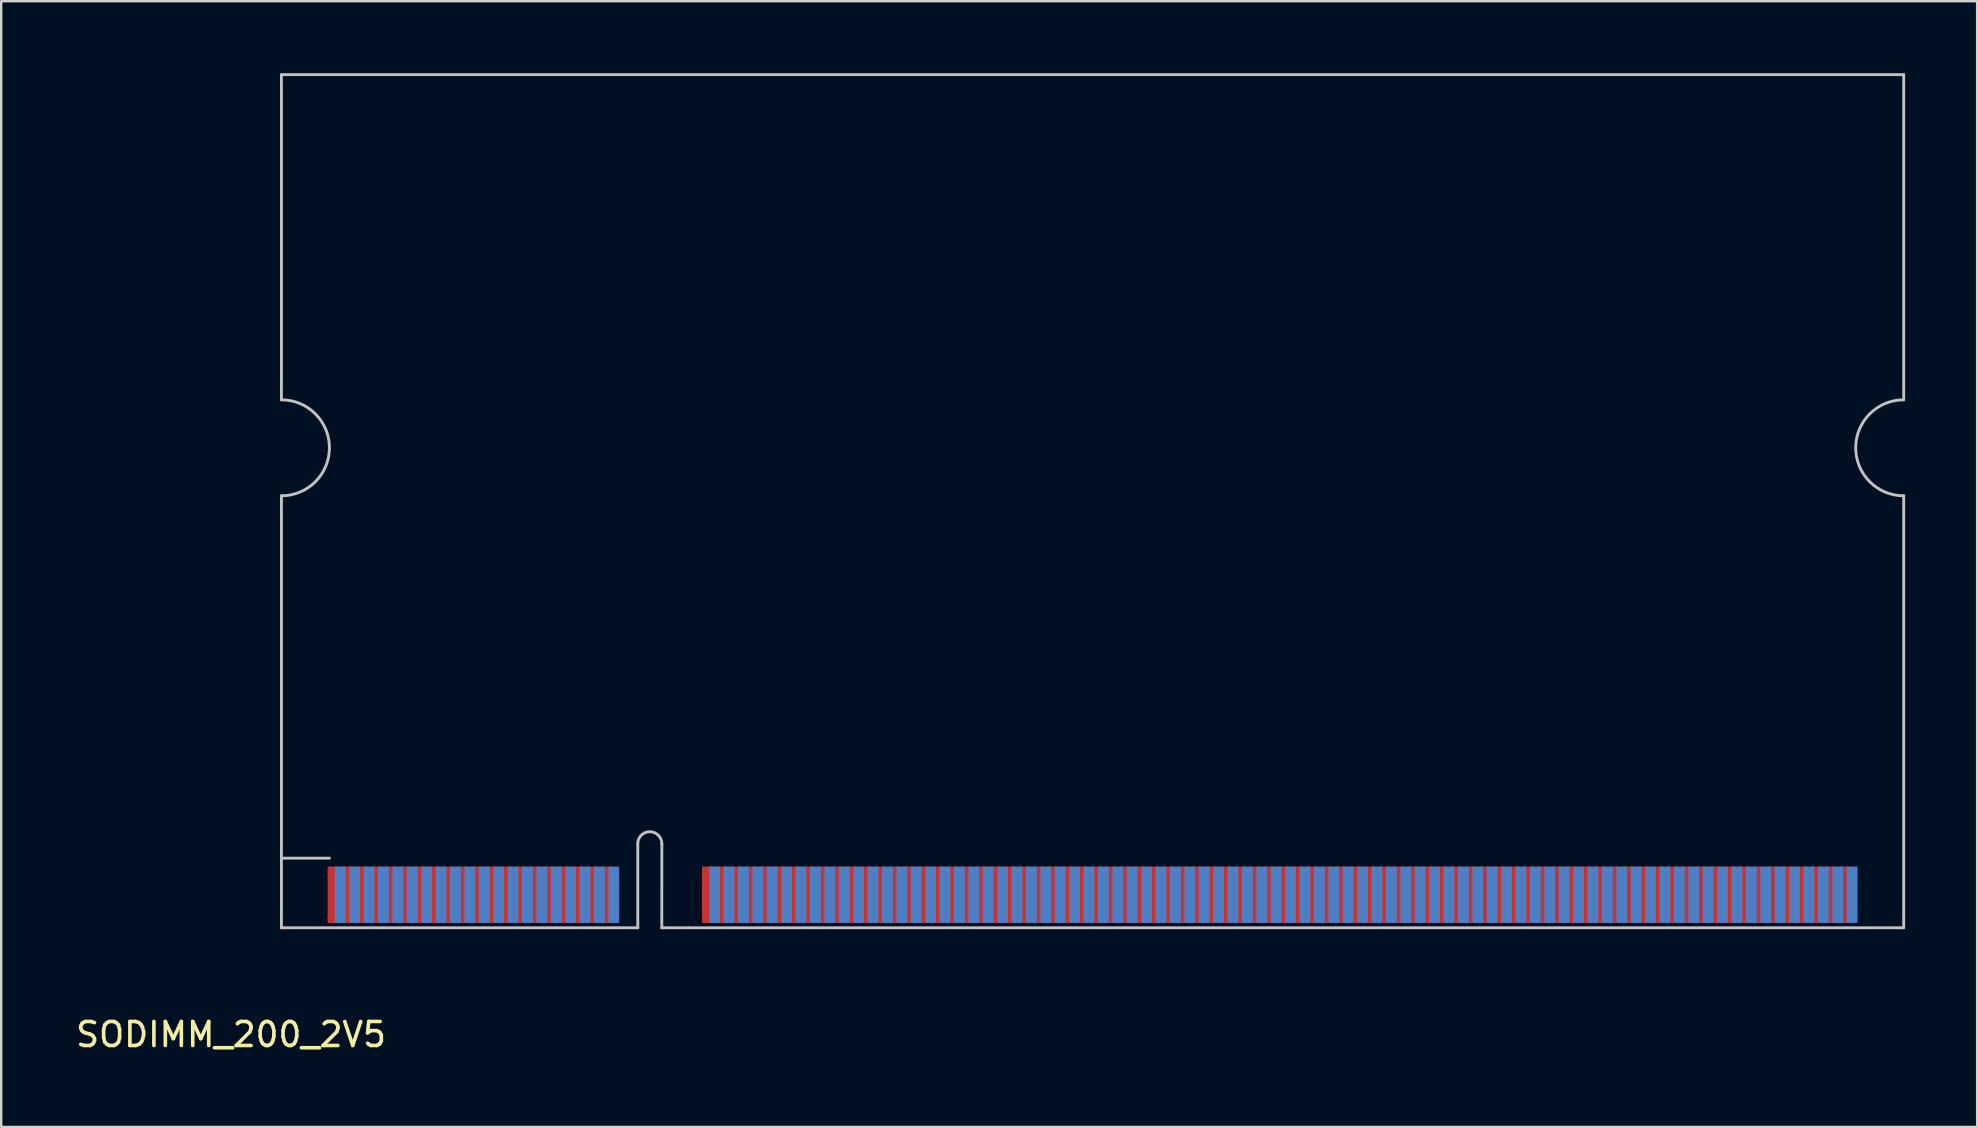
<source format=kicad_pcb>
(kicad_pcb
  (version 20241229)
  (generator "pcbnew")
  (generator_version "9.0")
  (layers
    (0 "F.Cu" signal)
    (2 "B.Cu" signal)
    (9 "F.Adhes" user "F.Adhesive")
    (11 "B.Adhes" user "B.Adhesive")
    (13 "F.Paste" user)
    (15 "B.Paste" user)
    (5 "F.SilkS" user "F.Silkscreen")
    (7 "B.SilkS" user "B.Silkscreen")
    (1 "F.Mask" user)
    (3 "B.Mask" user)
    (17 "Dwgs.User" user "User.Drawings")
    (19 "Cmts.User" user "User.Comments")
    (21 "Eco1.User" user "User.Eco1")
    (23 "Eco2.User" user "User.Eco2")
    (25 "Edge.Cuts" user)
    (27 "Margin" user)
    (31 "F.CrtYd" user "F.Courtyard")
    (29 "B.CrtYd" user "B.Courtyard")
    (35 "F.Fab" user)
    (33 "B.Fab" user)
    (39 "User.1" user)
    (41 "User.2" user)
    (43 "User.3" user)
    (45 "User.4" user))
  (footprint "SODIMM_200_2V5"
    (layer "F.Cu")
    (at 8.677 35.61)
    (property "Reference" "SODIMM_200_2V5" (at -2.1 4.45 0) (layer "F.SilkS") (effects (font (size 1 1) (thickness 0.15))))
    (attr through_hole)
    (fp_line (start 0 -22) (end 0 -35.55) (stroke (width 0.12) (type solid)) (layer "Dwgs.User"))
    (fp_line (start 0 -2.9) (end 2 -2.9) (stroke (width 0.12) (type solid)) (layer "Dwgs.User"))
    (fp_line (start 0 0) (end 0 -18) (stroke (width 0.12) (type solid)) (layer "Dwgs.User"))
    (fp_line (start 0 0) (end 14.85 0) (stroke (width 0.12) (type solid)) (layer "Dwgs.User"))
    (fp_line (start 14.85 0) (end 14.85 -3.5) (stroke (width 0.12) (type solid)) (layer "Dwgs.User"))
    (fp_line (start 15.85 0) (end 15.852 -3.5) (stroke (width 0.12) (type solid)) (layer "Dwgs.User"))
    (fp_line (start 15.85 0) (end 67.6 0) (stroke (width 0.12) (type solid)) (layer "Dwgs.User"))
    (fp_line (start 67.6 -35.55) (end 0 -35.55) (stroke (width 0.12) (type solid)) (layer "Dwgs.User"))
    (fp_line (start 67.6 -22) (end 67.6 -35.55) (stroke (width 0.12) (type solid)) (layer "Dwgs.User"))
    (fp_line (start 67.6 0) (end 67.6 -18) (stroke (width 0.12) (type solid)) (layer "Dwgs.User"))
    (fp_arc (start 0 -22) (mid 2 -20) (end 0 -18) (stroke (width 0.12) (type solid)) (layer "Dwgs.User"))
    (fp_arc (start 14.847507 -3.5) (mid 15.35 -4.002493) (end 15.852493 -3.5) (stroke (width 0.12) (type solid)) (layer "Dwgs.User"))
    (fp_arc (start 67.6 -18) (mid 65.6 -20) (end 67.6 -22) (stroke (width 0.12) (type solid)) (layer "Dwgs.User"))
    (pad "1" smd rect (at 1.925 -0.2) (size 0.45 2.35) (drill (offset 0.225 -1.175)) (layers "F.Cu" "F.Mask" "F.Paste"))
    (pad "2" smd rect (at 2.225 -0.2) (size 0.45 2.35) (drill (offset 0.225 -1.175)) (layers "B.Cu" "B.Mask" "B.Paste"))
    (pad "3" smd rect (at 2.525 -0.2) (size 0.45 2.35) (drill (offset 0.225 -1.175)) (layers "F.Cu" "F.Mask" "F.Paste"))
    (pad "4" smd rect (at 2.825 -0.2) (size 0.45 2.35) (drill (offset 0.225 -1.175)) (layers "B.Cu" "B.Mask" "B.Paste"))
    (pad "5" smd rect (at 3.125 -0.2) (size 0.45 2.35) (drill (offset 0.225 -1.175)) (layers "F.Cu" "F.Mask" "F.Paste"))
    (pad "6" smd rect (at 3.425 -0.2) (size 0.45 2.35) (drill (offset 0.225 -1.175)) (layers "B.Cu" "B.Mask" "B.Paste"))
    (pad "7" smd rect (at 3.725 -0.2) (size 0.45 2.35) (drill (offset 0.225 -1.175)) (layers "F.Cu" "F.Mask" "F.Paste"))
    (pad "8" smd rect (at 4.025 -0.2) (size 0.45 2.35) (drill (offset 0.225 -1.175)) (layers "B.Cu" "B.Mask" "B.Paste"))
    (pad "9" smd rect (at 4.325 -0.2) (size 0.45 2.35) (drill (offset 0.225 -1.175)) (layers "F.Cu" "F.Mask" "F.Paste"))
    (pad "10" smd rect (at 4.625 -0.2) (size 0.45 2.35) (drill (offset 0.225 -1.175)) (layers "B.Cu" "B.Mask" "B.Paste"))
    (pad "11" smd rect (at 4.925 -0.2) (size 0.45 2.35) (drill (offset 0.225 -1.175)) (layers "F.Cu" "F.Mask" "F.Paste"))
    (pad "12" smd rect (at 5.225 -0.2) (size 0.45 2.35) (drill (offset 0.225 -1.175)) (layers "B.Cu" "B.Mask" "B.Paste"))
    (pad "13" smd rect (at 5.525 -0.2) (size 0.45 2.35) (drill (offset 0.225 -1.175)) (layers "F.Cu" "F.Mask" "F.Paste"))
    (pad "14" smd rect (at 5.825 -0.2) (size 0.45 2.35) (drill (offset 0.225 -1.175)) (layers "B.Cu" "B.Mask" "B.Paste"))
    (pad "15" smd rect (at 6.125 -0.2) (size 0.45 2.35) (drill (offset 0.225 -1.175)) (layers "F.Cu" "F.Mask" "F.Paste"))
    (pad "16" smd rect (at 6.425 -0.2) (size 0.45 2.35) (drill (offset 0.225 -1.175)) (layers "B.Cu" "B.Mask" "B.Paste"))
    (pad "17" smd rect (at 6.725 -0.2) (size 0.45 2.35) (drill (offset 0.225 -1.175)) (layers "F.Cu" "F.Mask" "F.Paste"))
    (pad "18" smd rect (at 7.025 -0.2) (size 0.45 2.35) (drill (offset 0.225 -1.175)) (layers "B.Cu" "B.Mask" "B.Paste"))
    (pad "19" smd rect (at 7.325 -0.2) (size 0.45 2.35) (drill (offset 0.225 -1.175)) (layers "F.Cu" "F.Mask" "F.Paste"))
    (pad "20" smd rect (at 7.625 -0.2) (size 0.45 2.35) (drill (offset 0.225 -1.175)) (layers "B.Cu" "B.Mask" "B.Paste"))
    (pad "21" smd rect (at 7.925 -0.2) (size 0.45 2.35) (drill (offset 0.225 -1.175)) (layers "F.Cu" "F.Mask" "F.Paste"))
    (pad "22" smd rect (at 8.225 -0.2) (size 0.45 2.35) (drill (offset 0.225 -1.175)) (layers "B.Cu" "B.Mask" "B.Paste"))
    (pad "23" smd rect (at 8.525 -0.2) (size 0.45 2.35) (drill (offset 0.225 -1.175)) (layers "F.Cu" "F.Mask" "F.Paste"))
    (pad "24" smd rect (at 8.825 -0.2) (size 0.45 2.35) (drill (offset 0.225 -1.175)) (layers "B.Cu" "B.Mask" "B.Paste"))
    (pad "25" smd rect (at 9.125 -0.2) (size 0.45 2.35) (drill (offset 0.225 -1.175)) (layers "F.Cu" "F.Mask" "F.Paste"))
    (pad "26" smd rect (at 9.425 -0.2) (size 0.45 2.35) (drill (offset 0.225 -1.175)) (layers "B.Cu" "B.Mask" "B.Paste"))
    (pad "27" smd rect (at 9.725 -0.2) (size 0.45 2.35) (drill (offset 0.225 -1.175)) (layers "F.Cu" "F.Mask" "F.Paste"))
    (pad "28" smd rect (at 10.025 -0.2) (size 0.45 2.35) (drill (offset 0.225 -1.175)) (layers "B.Cu" "B.Mask" "B.Paste"))
    (pad "29" smd rect (at 10.325 -0.2) (size 0.45 2.35) (drill (offset 0.225 -1.175)) (layers "F.Cu" "F.Mask" "F.Paste"))
    (pad "30" smd rect (at 10.625 -0.2) (size 0.45 2.35) (drill (offset 0.225 -1.175)) (layers "B.Cu" "B.Mask" "B.Paste"))
    (pad "31" smd rect (at 10.925 -0.2) (size 0.45 2.35) (drill (offset 0.225 -1.175)) (layers "F.Cu" "F.Mask" "F.Paste"))
    (pad "32" smd rect (at 11.225 -0.2) (size 0.45 2.35) (drill (offset 0.225 -1.175)) (layers "B.Cu" "B.Mask" "B.Paste"))
    (pad "33" smd rect (at 11.525 -0.2) (size 0.45 2.35) (drill (offset 0.225 -1.175)) (layers "F.Cu" "F.Mask" "F.Paste"))
    (pad "34" smd rect (at 11.825 -0.2) (size 0.45 2.35) (drill (offset 0.225 -1.175)) (layers "B.Cu" "B.Mask" "B.Paste"))
    (pad "35" smd rect (at 12.125 -0.2) (size 0.45 2.35) (drill (offset 0.225 -1.175)) (layers "F.Cu" "F.Mask" "F.Paste"))
    (pad "36" smd rect (at 12.425 -0.2) (size 0.45 2.35) (drill (offset 0.225 -1.175)) (layers "B.Cu" "B.Mask" "B.Paste"))
    (pad "37" smd rect (at 12.725 -0.2) (size 0.45 2.35) (drill (offset 0.225 -1.175)) (layers "F.Cu" "F.Mask" "F.Paste"))
    (pad "38" smd rect (at 13.025 -0.2) (size 0.45 2.35) (drill (offset 0.225 -1.175)) (layers "B.Cu" "B.Mask" "B.Paste"))
    (pad "39" smd rect (at 13.325 -0.2) (size 0.45 2.35) (drill (offset 0.225 -1.175)) (layers "F.Cu" "F.Mask" "F.Paste"))
    (pad "40" smd rect (at 13.625 -0.2) (size 0.45 2.35) (drill (offset 0.225 -1.175)) (layers "B.Cu" "B.Mask" "B.Paste"))
    (pad "41" smd rect (at 17.525 -0.2) (size 0.45 2.35) (drill (offset 0.225 -1.175)) (layers "F.Cu" "F.Mask" "F.Paste"))
    (pad "42" smd rect (at 17.825 -0.2) (size 0.45 2.35) (drill (offset 0.225 -1.175)) (layers "B.Cu" "B.Mask" "B.Paste"))
    (pad "43" smd rect (at 18.125 -0.2) (size 0.45 2.35) (drill (offset 0.225 -1.175)) (layers "F.Cu" "F.Mask" "F.Paste"))
    (pad "44" smd rect (at 18.425 -0.2) (size 0.45 2.35) (drill (offset 0.225 -1.175)) (layers "B.Cu" "B.Mask" "B.Paste"))
    (pad "45" smd rect (at 18.725 -0.2) (size 0.45 2.35) (drill (offset 0.225 -1.175)) (layers "F.Cu" "F.Mask" "F.Paste"))
    (pad "46" smd rect (at 19.025 -0.2) (size 0.45 2.35) (drill (offset 0.225 -1.175)) (layers "B.Cu" "B.Mask" "B.Paste"))
    (pad "47" smd rect (at 19.325 -0.2) (size 0.45 2.35) (drill (offset 0.225 -1.175)) (layers "F.Cu" "F.Mask" "F.Paste"))
    (pad "48" smd rect (at 19.625 -0.2) (size 0.45 2.35) (drill (offset 0.225 -1.175)) (layers "B.Cu" "B.Mask" "B.Paste"))
    (pad "49" smd rect (at 19.925 -0.2) (size 0.45 2.35) (drill (offset 0.225 -1.175)) (layers "F.Cu" "F.Mask" "F.Paste"))
    (pad "50" smd rect (at 20.225 -0.2) (size 0.45 2.35) (drill (offset 0.225 -1.175)) (layers "B.Cu" "B.Mask" "B.Paste"))
    (pad "51" smd rect (at 20.525 -0.2) (size 0.45 2.35) (drill (offset 0.225 -1.175)) (layers "F.Cu" "F.Mask" "F.Paste"))
    (pad "52" smd rect (at 20.825 -0.2) (size 0.45 2.35) (drill (offset 0.225 -1.175)) (layers "B.Cu" "B.Mask" "B.Paste"))
    (pad "53" smd rect (at 21.125 -0.2) (size 0.45 2.35) (drill (offset 0.225 -1.175)) (layers "F.Cu" "F.Mask" "F.Paste"))
    (pad "54" smd rect (at 21.425 -0.2) (size 0.45 2.35) (drill (offset 0.225 -1.175)) (layers "B.Cu" "B.Mask" "B.Paste"))
    (pad "55" smd rect (at 21.725 -0.2) (size 0.45 2.35) (drill (offset 0.225 -1.175)) (layers "F.Cu" "F.Mask" "F.Paste"))
    (pad "56" smd rect (at 22.025 -0.2) (size 0.45 2.35) (drill (offset 0.225 -1.175)) (layers "B.Cu" "B.Mask" "B.Paste"))
    (pad "57" smd rect (at 22.325 -0.2) (size 0.45 2.35) (drill (offset 0.225 -1.175)) (layers "F.Cu" "F.Mask" "F.Paste"))
    (pad "58" smd rect (at 22.625 -0.2) (size 0.45 2.35) (drill (offset 0.225 -1.175)) (layers "B.Cu" "B.Mask" "B.Paste"))
    (pad "59" smd rect (at 22.925 -0.2) (size 0.45 2.35) (drill (offset 0.225 -1.175)) (layers "F.Cu" "F.Mask" "F.Paste"))
    (pad "60" smd rect (at 23.225 -0.2) (size 0.45 2.35) (drill (offset 0.225 -1.175)) (layers "B.Cu" "B.Mask" "B.Paste"))
    (pad "61" smd rect (at 23.525 -0.2) (size 0.45 2.35) (drill (offset 0.225 -1.175)) (layers "F.Cu" "F.Mask" "F.Paste"))
    (pad "62" smd rect (at 23.825 -0.2) (size 0.45 2.35) (drill (offset 0.225 -1.175)) (layers "B.Cu" "B.Mask" "B.Paste"))
    (pad "63" smd rect (at 24.125 -0.2) (size 0.45 2.35) (drill (offset 0.225 -1.175)) (layers "F.Cu" "F.Mask" "F.Paste"))
    (pad "64" smd rect (at 24.425 -0.2) (size 0.45 2.35) (drill (offset 0.225 -1.175)) (layers "B.Cu" "B.Mask" "B.Paste"))
    (pad "65" smd rect (at 24.725 -0.2) (size 0.45 2.35) (drill (offset 0.225 -1.175)) (layers "F.Cu" "F.Mask" "F.Paste"))
    (pad "66" smd rect (at 25.025 -0.2) (size 0.45 2.35) (drill (offset 0.225 -1.175)) (layers "B.Cu" "B.Mask" "B.Paste"))
    (pad "67" smd rect (at 25.325 -0.2) (size 0.45 2.35) (drill (offset 0.225 -1.175)) (layers "F.Cu" "F.Mask" "F.Paste"))
    (pad "68" smd rect (at 25.625 -0.2) (size 0.45 2.35) (drill (offset 0.225 -1.175)) (layers "B.Cu" "B.Mask" "B.Paste"))
    (pad "69" smd rect (at 25.925 -0.2) (size 0.45 2.35) (drill (offset 0.225 -1.175)) (layers "F.Cu" "F.Mask" "F.Paste"))
    (pad "70" smd rect (at 26.225 -0.2) (size 0.45 2.35) (drill (offset 0.225 -1.175)) (layers "B.Cu" "B.Mask" "B.Paste"))
    (pad "71" smd rect (at 26.525 -0.2) (size 0.45 2.35) (drill (offset 0.225 -1.175)) (layers "F.Cu" "F.Mask" "F.Paste"))
    (pad "72" smd rect (at 26.825 -0.2) (size 0.45 2.35) (drill (offset 0.225 -1.175)) (layers "B.Cu" "B.Mask" "B.Paste"))
    (pad "73" smd rect (at 27.125 -0.2) (size 0.45 2.35) (drill (offset 0.225 -1.175)) (layers "F.Cu" "F.Mask" "F.Paste"))
    (pad "74" smd rect (at 27.425 -0.2) (size 0.45 2.35) (drill (offset 0.225 -1.175)) (layers "B.Cu" "B.Mask" "B.Paste"))
    (pad "75" smd rect (at 27.725 -0.2) (size 0.45 2.35) (drill (offset 0.225 -1.175)) (layers "F.Cu" "F.Mask" "F.Paste"))
    (pad "76" smd rect (at 28.025 -0.2) (size 0.45 2.35) (drill (offset 0.225 -1.175)) (layers "B.Cu" "B.Mask" "B.Paste"))
    (pad "77" smd rect (at 28.325 -0.2) (size 0.45 2.35) (drill (offset 0.225 -1.175)) (layers "F.Cu" "F.Mask" "F.Paste"))
    (pad "78" smd rect (at 28.625 -0.2) (size 0.45 2.35) (drill (offset 0.225 -1.175)) (layers "B.Cu" "B.Mask" "B.Paste"))
    (pad "79" smd rect (at 28.925 -0.2) (size 0.45 2.35) (drill (offset 0.225 -1.175)) (layers "F.Cu" "F.Mask" "F.Paste"))
    (pad "80" smd rect (at 29.225 -0.2) (size 0.45 2.35) (drill (offset 0.225 -1.175)) (layers "B.Cu" "B.Mask" "B.Paste"))
    (pad "81" smd rect (at 29.525 -0.2) (size 0.45 2.35) (drill (offset 0.225 -1.175)) (layers "F.Cu" "F.Mask" "F.Paste"))
    (pad "82" smd rect (at 29.825 -0.2) (size 0.45 2.35) (drill (offset 0.225 -1.175)) (layers "B.Cu" "B.Mask" "B.Paste"))
    (pad "83" smd rect (at 30.125 -0.2) (size 0.45 2.35) (drill (offset 0.225 -1.175)) (layers "F.Cu" "F.Mask" "F.Paste"))
    (pad "84" smd rect (at 30.425 -0.2) (size 0.45 2.35) (drill (offset 0.225 -1.175)) (layers "B.Cu" "B.Mask" "B.Paste"))
    (pad "85" smd rect (at 30.725 -0.2) (size 0.45 2.35) (drill (offset 0.225 -1.175)) (layers "F.Cu" "F.Mask" "F.Paste"))
    (pad "86" smd rect (at 31.025 -0.2) (size 0.45 2.35) (drill (offset 0.225 -1.175)) (layers "B.Cu" "B.Mask" "B.Paste"))
    (pad "87" smd rect (at 31.325 -0.2) (size 0.45 2.35) (drill (offset 0.225 -1.175)) (layers "F.Cu" "F.Mask" "F.Paste"))
    (pad "88" smd rect (at 31.625 -0.2) (size 0.45 2.35) (drill (offset 0.225 -1.175)) (layers "B.Cu" "B.Mask" "B.Paste"))
    (pad "89" smd rect (at 31.925 -0.2) (size 0.45 2.35) (drill (offset 0.225 -1.175)) (layers "F.Cu" "F.Mask" "F.Paste"))
    (pad "90" smd rect (at 32.225 -0.2) (size 0.45 2.35) (drill (offset 0.225 -1.175)) (layers "B.Cu" "B.Mask" "B.Paste"))
    (pad "91" smd rect (at 32.525 -0.2) (size 0.45 2.35) (drill (offset 0.225 -1.175)) (layers "F.Cu" "F.Mask" "F.Paste"))
    (pad "92" smd rect (at 32.825 -0.2) (size 0.45 2.35) (drill (offset 0.225 -1.175)) (layers "B.Cu" "B.Mask" "B.Paste"))
    (pad "93" smd rect (at 33.125 -0.2) (size 0.45 2.35) (drill (offset 0.225 -1.175)) (layers "F.Cu" "F.Mask" "F.Paste"))
    (pad "94" smd rect (at 33.425 -0.2) (size 0.45 2.35) (drill (offset 0.225 -1.175)) (layers "B.Cu" "B.Mask" "B.Paste"))
    (pad "95" smd rect (at 33.725 -0.2) (size 0.45 2.35) (drill (offset 0.225 -1.175)) (layers "F.Cu" "F.Mask" "F.Paste"))
    (pad "96" smd rect (at 34.025 -0.2) (size 0.45 2.35) (drill (offset 0.225 -1.175)) (layers "B.Cu" "B.Mask" "B.Paste"))
    (pad "97" smd rect (at 34.325 -0.2) (size 0.45 2.35) (drill (offset 0.225 -1.175)) (layers "F.Cu" "F.Mask" "F.Paste"))
    (pad "98" smd rect (at 34.625 -0.2) (size 0.45 2.35) (drill (offset 0.225 -1.175)) (layers "B.Cu" "B.Mask" "B.Paste"))
    (pad "99" smd rect (at 34.925 -0.2) (size 0.45 2.35) (drill (offset 0.225 -1.175)) (layers "F.Cu" "F.Mask" "F.Paste"))
    (pad "100" smd rect (at 35.225 -0.2) (size 0.45 2.35) (drill (offset 0.225 -1.175)) (layers "B.Cu" "B.Mask" "B.Paste"))
    (pad "101" smd rect (at 35.525 -0.2) (size 0.45 2.35) (drill (offset 0.225 -1.175)) (layers "F.Cu" "F.Mask" "F.Paste"))
    (pad "102" smd rect (at 35.825 -0.2) (size 0.45 2.35) (drill (offset 0.225 -1.175)) (layers "B.Cu" "B.Mask" "B.Paste"))
    (pad "103" smd rect (at 36.125 -0.2) (size 0.45 2.35) (drill (offset 0.225 -1.175)) (layers "F.Cu" "F.Mask" "F.Paste"))
    (pad "104" smd rect (at 36.425 -0.2) (size 0.45 2.35) (drill (offset 0.225 -1.175)) (layers "B.Cu" "B.Mask" "B.Paste"))
    (pad "105" smd rect (at 36.725 -0.2) (size 0.45 2.35) (drill (offset 0.225 -1.175)) (layers "F.Cu" "F.Mask" "F.Paste"))
    (pad "106" smd rect (at 37.025 -0.2) (size 0.45 2.35) (drill (offset 0.225 -1.175)) (layers "B.Cu" "B.Mask" "B.Paste"))
    (pad "107" smd rect (at 37.325 -0.2) (size 0.45 2.35) (drill (offset 0.225 -1.175)) (layers "F.Cu" "F.Mask" "F.Paste"))
    (pad "108" smd rect (at 37.625 -0.2) (size 0.45 2.35) (drill (offset 0.225 -1.175)) (layers "B.Cu" "B.Mask" "B.Paste"))
    (pad "109" smd rect (at 37.925 -0.2) (size 0.45 2.35) (drill (offset 0.225 -1.175)) (layers "F.Cu" "F.Mask" "F.Paste"))
    (pad "110" smd rect (at 38.225 -0.2) (size 0.45 2.35) (drill (offset 0.225 -1.175)) (layers "B.Cu" "B.Mask" "B.Paste"))
    (pad "111" smd rect (at 38.525 -0.2) (size 0.45 2.35) (drill (offset 0.225 -1.175)) (layers "F.Cu" "F.Mask" "F.Paste"))
    (pad "112" smd rect (at 38.825 -0.2) (size 0.45 2.35) (drill (offset 0.225 -1.175)) (layers "B.Cu" "B.Mask" "B.Paste"))
    (pad "113" smd rect (at 39.125 -0.2) (size 0.45 2.35) (drill (offset 0.225 -1.175)) (layers "F.Cu" "F.Mask" "F.Paste"))
    (pad "114" smd rect (at 39.425 -0.2) (size 0.45 2.35) (drill (offset 0.225 -1.175)) (layers "B.Cu" "B.Mask" "B.Paste"))
    (pad "115" smd rect (at 39.725 -0.2) (size 0.45 2.35) (drill (offset 0.225 -1.175)) (layers "F.Cu" "F.Mask" "F.Paste"))
    (pad "116" smd rect (at 40.025 -0.2) (size 0.45 2.35) (drill (offset 0.225 -1.175)) (layers "B.Cu" "B.Mask" "B.Paste"))
    (pad "117" smd rect (at 40.325 -0.2) (size 0.45 2.35) (drill (offset 0.225 -1.175)) (layers "F.Cu" "F.Mask" "F.Paste"))
    (pad "118" smd rect (at 40.625 -0.2) (size 0.45 2.35) (drill (offset 0.225 -1.175)) (layers "B.Cu" "B.Mask" "B.Paste"))
    (pad "119" smd rect (at 40.925 -0.2) (size 0.45 2.35) (drill (offset 0.225 -1.175)) (layers "F.Cu" "F.Mask" "F.Paste"))
    (pad "120" smd rect (at 41.225 -0.2) (size 0.45 2.35) (drill (offset 0.225 -1.175)) (layers "B.Cu" "B.Mask" "B.Paste"))
    (pad "121" smd rect (at 41.525 -0.2) (size 0.45 2.35) (drill (offset 0.225 -1.175)) (layers "F.Cu" "F.Mask" "F.Paste"))
    (pad "122" smd rect (at 41.825 -0.2) (size 0.45 2.35) (drill (offset 0.225 -1.175)) (layers "B.Cu" "B.Mask" "B.Paste"))
    (pad "123" smd rect (at 42.125 -0.2) (size 0.45 2.35) (drill (offset 0.225 -1.175)) (layers "F.Cu" "F.Mask" "F.Paste"))
    (pad "124" smd rect (at 42.425 -0.2) (size 0.45 2.35) (drill (offset 0.225 -1.175)) (layers "B.Cu" "B.Mask" "B.Paste"))
    (pad "125" smd rect (at 42.725 -0.2) (size 0.45 2.35) (drill (offset 0.225 -1.175)) (layers "F.Cu" "F.Mask" "F.Paste"))
    (pad "126" smd rect (at 43.025 -0.2) (size 0.45 2.35) (drill (offset 0.225 -1.175)) (layers "B.Cu" "B.Mask" "B.Paste"))
    (pad "127" smd rect (at 43.325 -0.2) (size 0.45 2.35) (drill (offset 0.225 -1.175)) (layers "F.Cu" "F.Mask" "F.Paste"))
    (pad "128" smd rect (at 43.625 -0.2) (size 0.45 2.35) (drill (offset 0.225 -1.175)) (layers "B.Cu" "B.Mask" "B.Paste"))
    (pad "129" smd rect (at 43.925 -0.2) (size 0.45 2.35) (drill (offset 0.225 -1.175)) (layers "F.Cu" "F.Mask" "F.Paste"))
    (pad "130" smd rect (at 44.225 -0.2) (size 0.45 2.35) (drill (offset 0.225 -1.175)) (layers "B.Cu" "B.Mask" "B.Paste"))
    (pad "131" smd rect (at 44.525 -0.2) (size 0.45 2.35) (drill (offset 0.225 -1.175)) (layers "F.Cu" "F.Mask" "F.Paste"))
    (pad "132" smd rect (at 44.825 -0.2) (size 0.45 2.35) (drill (offset 0.225 -1.175)) (layers "B.Cu" "B.Mask" "B.Paste"))
    (pad "133" smd rect (at 45.125 -0.2) (size 0.45 2.35) (drill (offset 0.225 -1.175)) (layers "F.Cu" "F.Mask" "F.Paste"))
    (pad "134" smd rect (at 45.425 -0.2) (size 0.45 2.35) (drill (offset 0.225 -1.175)) (layers "B.Cu" "B.Mask" "B.Paste"))
    (pad "135" smd rect (at 45.725 -0.2) (size 0.45 2.35) (drill (offset 0.225 -1.175)) (layers "F.Cu" "F.Mask" "F.Paste"))
    (pad "136" smd rect (at 46.025 -0.2) (size 0.45 2.35) (drill (offset 0.225 -1.175)) (layers "B.Cu" "B.Mask" "B.Paste"))
    (pad "137" smd rect (at 46.325 -0.2) (size 0.45 2.35) (drill (offset 0.225 -1.175)) (layers "F.Cu" "F.Mask" "F.Paste"))
    (pad "138" smd rect (at 46.625 -0.2) (size 0.45 2.35) (drill (offset 0.225 -1.175)) (layers "B.Cu" "B.Mask" "B.Paste"))
    (pad "139" smd rect (at 46.925 -0.2) (size 0.45 2.35) (drill (offset 0.225 -1.175)) (layers "F.Cu" "F.Mask" "F.Paste"))
    (pad "140" smd rect (at 47.225 -0.2) (size 0.45 2.35) (drill (offset 0.225 -1.175)) (layers "B.Cu" "B.Mask" "B.Paste"))
    (pad "141" smd rect (at 47.525 -0.2) (size 0.45 2.35) (drill (offset 0.225 -1.175)) (layers "F.Cu" "F.Mask" "F.Paste"))
    (pad "142" smd rect (at 47.825 -0.2) (size 0.45 2.35) (drill (offset 0.225 -1.175)) (layers "B.Cu" "B.Mask" "B.Paste"))
    (pad "143" smd rect (at 48.125 -0.2) (size 0.45 2.35) (drill (offset 0.225 -1.175)) (layers "F.Cu" "F.Mask" "F.Paste"))
    (pad "144" smd rect (at 48.425 -0.2) (size 0.45 2.35) (drill (offset 0.225 -1.175)) (layers "B.Cu" "B.Mask" "B.Paste"))
    (pad "145" smd rect (at 48.725 -0.2) (size 0.45 2.35) (drill (offset 0.225 -1.175)) (layers "F.Cu" "F.Mask" "F.Paste"))
    (pad "146" smd rect (at 49.025 -0.2) (size 0.45 2.35) (drill (offset 0.225 -1.175)) (layers "B.Cu" "B.Mask" "B.Paste"))
    (pad "147" smd rect (at 49.325 -0.2) (size 0.45 2.35) (drill (offset 0.225 -1.175)) (layers "F.Cu" "F.Mask" "F.Paste"))
    (pad "148" smd rect (at 49.625 -0.2) (size 0.45 2.35) (drill (offset 0.225 -1.175)) (layers "B.Cu" "B.Mask" "B.Paste"))
    (pad "149" smd rect (at 49.925 -0.2) (size 0.45 2.35) (drill (offset 0.225 -1.175)) (layers "F.Cu" "F.Mask" "F.Paste"))
    (pad "150" smd rect (at 50.225 -0.2) (size 0.45 2.35) (drill (offset 0.225 -1.175)) (layers "B.Cu" "B.Mask" "B.Paste"))
    (pad "151" smd rect (at 50.525 -0.2) (size 0.45 2.35) (drill (offset 0.225 -1.175)) (layers "F.Cu" "F.Mask" "F.Paste"))
    (pad "152" smd rect (at 50.825 -0.2) (size 0.45 2.35) (drill (offset 0.225 -1.175)) (layers "B.Cu" "B.Mask" "B.Paste"))
    (pad "153" smd rect (at 51.125 -0.2) (size 0.45 2.35) (drill (offset 0.225 -1.175)) (layers "F.Cu" "F.Mask" "F.Paste"))
    (pad "154" smd rect (at 51.425 -0.2) (size 0.45 2.35) (drill (offset 0.225 -1.175)) (layers "B.Cu" "B.Mask" "B.Paste"))
    (pad "155" smd rect (at 51.725 -0.2) (size 0.45 2.35) (drill (offset 0.225 -1.175)) (layers "F.Cu" "F.Mask" "F.Paste"))
    (pad "156" smd rect (at 52.025 -0.2) (size 0.45 2.35) (drill (offset 0.225 -1.175)) (layers "B.Cu" "B.Mask" "B.Paste"))
    (pad "157" smd rect (at 52.325 -0.2) (size 0.45 2.35) (drill (offset 0.225 -1.175)) (layers "F.Cu" "F.Mask" "F.Paste"))
    (pad "158" smd rect (at 52.625 -0.2) (size 0.45 2.35) (drill (offset 0.225 -1.175)) (layers "B.Cu" "B.Mask" "B.Paste"))
    (pad "159" smd rect (at 52.925 -0.2) (size 0.45 2.35) (drill (offset 0.225 -1.175)) (layers "F.Cu" "F.Mask" "F.Paste"))
    (pad "160" smd rect (at 53.225 -0.2) (size 0.45 2.35) (drill (offset 0.225 -1.175)) (layers "B.Cu" "B.Mask" "B.Paste"))
    (pad "161" smd rect (at 53.525 -0.2) (size 0.45 2.35) (drill (offset 0.225 -1.175)) (layers "F.Cu" "F.Mask" "F.Paste"))
    (pad "162" smd rect (at 53.825 -0.2) (size 0.45 2.35) (drill (offset 0.225 -1.175)) (layers "B.Cu" "B.Mask" "B.Paste"))
    (pad "163" smd rect (at 54.125 -0.2) (size 0.45 2.35) (drill (offset 0.225 -1.175)) (layers "F.Cu" "F.Mask" "F.Paste"))
    (pad "164" smd rect (at 54.425 -0.2) (size 0.45 2.35) (drill (offset 0.225 -1.175)) (layers "B.Cu" "B.Mask" "B.Paste"))
    (pad "165" smd rect (at 54.725 -0.2) (size 0.45 2.35) (drill (offset 0.225 -1.175)) (layers "F.Cu" "F.Mask" "F.Paste"))
    (pad "166" smd rect (at 55.025 -0.2) (size 0.45 2.35) (drill (offset 0.225 -1.175)) (layers "B.Cu" "B.Mask" "B.Paste"))
    (pad "167" smd rect (at 55.325 -0.2) (size 0.45 2.35) (drill (offset 0.225 -1.175)) (layers "F.Cu" "F.Mask" "F.Paste"))
    (pad "168" smd rect (at 55.625 -0.2) (size 0.45 2.35) (drill (offset 0.225 -1.175)) (layers "B.Cu" "B.Mask" "B.Paste"))
    (pad "169" smd rect (at 55.925 -0.2) (size 0.45 2.35) (drill (offset 0.225 -1.175)) (layers "F.Cu" "F.Mask" "F.Paste"))
    (pad "170" smd rect (at 56.225 -0.2) (size 0.45 2.35) (drill (offset 0.225 -1.175)) (layers "B.Cu" "B.Mask" "B.Paste"))
    (pad "171" smd rect (at 56.525 -0.2) (size 0.45 2.35) (drill (offset 0.225 -1.175)) (layers "F.Cu" "F.Mask" "F.Paste"))
    (pad "172" smd rect (at 56.825 -0.2) (size 0.45 2.35) (drill (offset 0.225 -1.175)) (layers "B.Cu" "B.Mask" "B.Paste"))
    (pad "173" smd rect (at 57.125 -0.2) (size 0.45 2.35) (drill (offset 0.225 -1.175)) (layers "F.Cu" "F.Mask" "F.Paste"))
    (pad "174" smd rect (at 57.425 -0.2) (size 0.45 2.35) (drill (offset 0.225 -1.175)) (layers "B.Cu" "B.Mask" "B.Paste"))
    (pad "175" smd rect (at 57.725 -0.2) (size 0.45 2.35) (drill (offset 0.225 -1.175)) (layers "F.Cu" "F.Mask" "F.Paste"))
    (pad "176" smd rect (at 58.025 -0.2) (size 0.45 2.35) (drill (offset 0.225 -1.175)) (layers "B.Cu" "B.Mask" "B.Paste"))
    (pad "177" smd rect (at 58.325 -0.2) (size 0.45 2.35) (drill (offset 0.225 -1.175)) (layers "F.Cu" "F.Mask" "F.Paste"))
    (pad "178" smd rect (at 58.625 -0.2) (size 0.45 2.35) (drill (offset 0.225 -1.175)) (layers "B.Cu" "B.Mask" "B.Paste"))
    (pad "179" smd rect (at 58.925 -0.2) (size 0.45 2.35) (drill (offset 0.225 -1.175)) (layers "F.Cu" "F.Mask" "F.Paste"))
    (pad "180" smd rect (at 59.225 -0.2) (size 0.45 2.35) (drill (offset 0.225 -1.175)) (layers "B.Cu" "B.Mask" "B.Paste"))
    (pad "181" smd rect (at 59.525 -0.2) (size 0.45 2.35) (drill (offset 0.225 -1.175)) (layers "F.Cu" "F.Mask" "F.Paste"))
    (pad "182" smd rect (at 59.825 -0.2) (size 0.45 2.35) (drill (offset 0.225 -1.175)) (layers "B.Cu" "B.Mask" "B.Paste"))
    (pad "183" smd rect (at 60.125 -0.2) (size 0.45 2.35) (drill (offset 0.225 -1.175)) (layers "F.Cu" "F.Mask" "F.Paste"))
    (pad "184" smd rect (at 60.425 -0.2) (size 0.45 2.35) (drill (offset 0.225 -1.175)) (layers "B.Cu" "B.Mask" "B.Paste"))
    (pad "185" smd rect (at 60.725 -0.2) (size 0.45 2.35) (drill (offset 0.225 -1.175)) (layers "F.Cu" "F.Mask" "F.Paste"))
    (pad "186" smd rect (at 61.025 -0.2) (size 0.45 2.35) (drill (offset 0.225 -1.175)) (layers "B.Cu" "B.Mask" "B.Paste"))
    (pad "187" smd rect (at 61.325 -0.2) (size 0.45 2.35) (drill (offset 0.225 -1.175)) (layers "F.Cu" "F.Mask" "F.Paste"))
    (pad "188" smd rect (at 61.625 -0.2) (size 0.45 2.35) (drill (offset 0.225 -1.175)) (layers "B.Cu" "B.Mask" "B.Paste"))
    (pad "189" smd rect (at 61.925 -0.2) (size 0.45 2.35) (drill (offset 0.225 -1.175)) (layers "F.Cu" "F.Mask" "F.Paste"))
    (pad "190" smd rect (at 62.225 -0.2) (size 0.45 2.35) (drill (offset 0.225 -1.175)) (layers "B.Cu" "B.Mask" "B.Paste"))
    (pad "191" smd rect (at 62.525 -0.2) (size 0.45 2.35) (drill (offset 0.225 -1.175)) (layers "F.Cu" "F.Mask" "F.Paste"))
    (pad "192" smd rect (at 62.825 -0.2) (size 0.45 2.35) (drill (offset 0.225 -1.175)) (layers "B.Cu" "B.Mask" "B.Paste"))
    (pad "193" smd rect (at 63.125 -0.2) (size 0.45 2.35) (drill (offset 0.225 -1.175)) (layers "F.Cu" "F.Mask" "F.Paste"))
    (pad "194" smd rect (at 63.425 -0.2) (size 0.45 2.35) (drill (offset 0.225 -1.175)) (layers "B.Cu" "B.Mask" "B.Paste"))
    (pad "195" smd rect (at 63.725 -0.2) (size 0.45 2.35) (drill (offset 0.225 -1.175)) (layers "F.Cu" "F.Mask" "F.Paste"))
    (pad "196" smd rect (at 64.025 -0.2) (size 0.45 2.35) (drill (offset 0.225 -1.175)) (layers "B.Cu" "B.Mask" "B.Paste"))
    (pad "197" smd rect (at 64.325 -0.2) (size 0.45 2.35) (drill (offset 0.225 -1.175)) (layers "F.Cu" "F.Mask" "F.Paste"))
    (pad "198" smd rect (at 64.625 -0.2) (size 0.45 2.35) (drill (offset 0.225 -1.175)) (layers "B.Cu" "B.Mask" "B.Paste"))
    (pad "199" smd rect (at 64.925 -0.2) (size 0.45 2.35) (drill (offset 0.225 -1.175)) (layers "F.Cu" "F.Mask" "F.Paste"))
    (pad "200" smd rect (at 65.225 -0.2) (size 0.45 2.35) (drill (offset 0.225 -1.175)) (layers "B.Cu" "B.Mask" "B.Paste")))
  (gr_rect
    (start -3 -3)
    (end 79.337 43.908)
    (stroke (width 0.1) (type default))
    (fill no)
    (layer "Edge.Cuts")))
</source>
